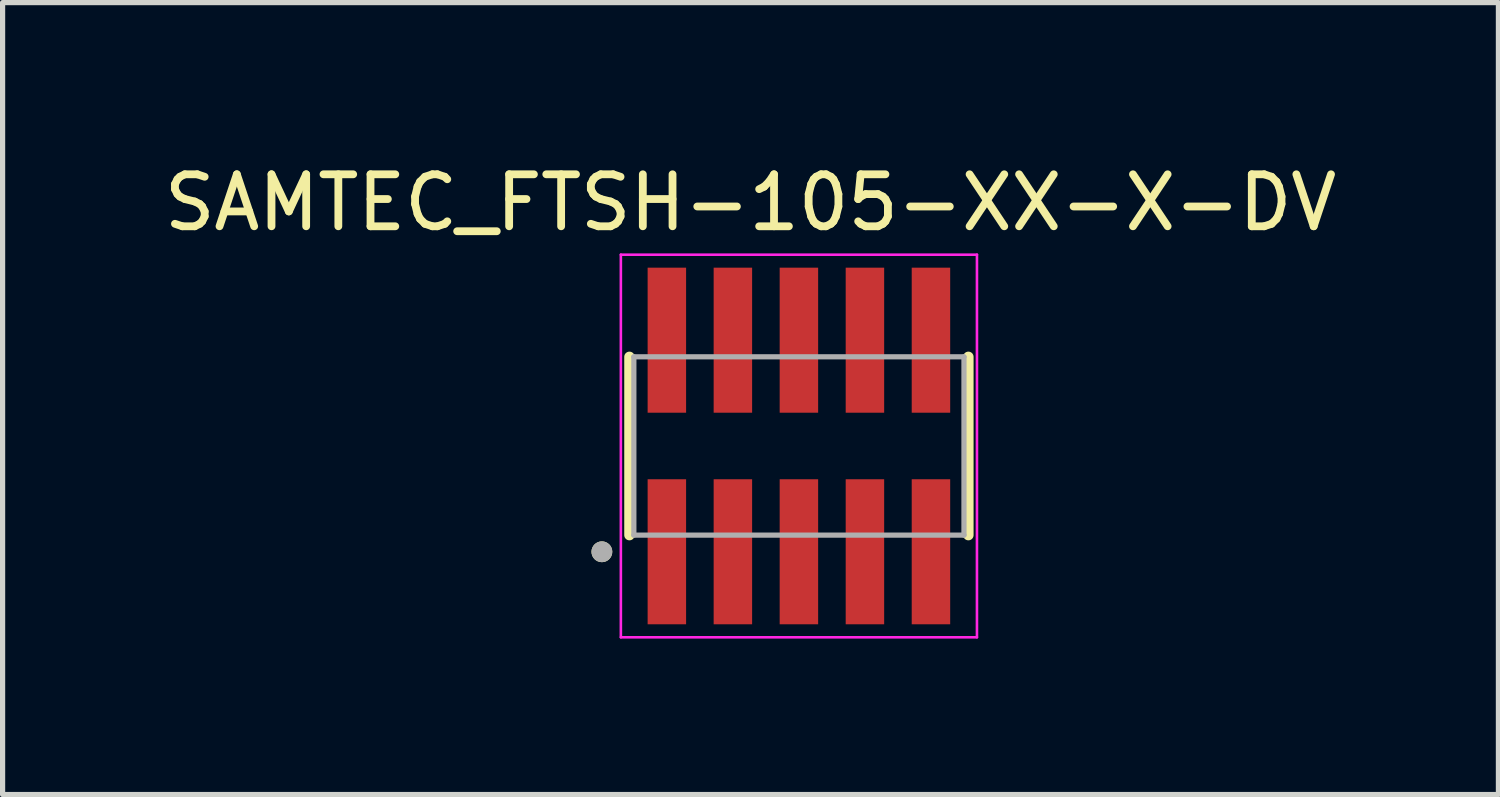
<source format=kicad_pcb>
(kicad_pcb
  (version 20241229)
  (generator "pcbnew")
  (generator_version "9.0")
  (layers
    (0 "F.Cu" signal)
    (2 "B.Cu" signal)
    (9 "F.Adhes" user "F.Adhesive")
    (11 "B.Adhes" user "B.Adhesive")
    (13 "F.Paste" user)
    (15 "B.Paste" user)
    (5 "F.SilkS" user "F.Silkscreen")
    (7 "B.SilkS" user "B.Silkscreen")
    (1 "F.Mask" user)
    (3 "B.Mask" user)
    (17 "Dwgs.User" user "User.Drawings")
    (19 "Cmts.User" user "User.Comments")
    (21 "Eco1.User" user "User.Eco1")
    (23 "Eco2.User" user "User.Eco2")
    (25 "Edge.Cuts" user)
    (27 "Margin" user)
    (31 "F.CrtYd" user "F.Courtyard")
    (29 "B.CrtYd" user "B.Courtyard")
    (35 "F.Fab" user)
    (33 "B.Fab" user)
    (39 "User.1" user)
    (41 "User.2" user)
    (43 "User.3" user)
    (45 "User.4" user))
  (footprint "SAMTEC_FTSH-105-XX-X-DV"
    (layer "F.Cu")
    (at 12.318 5.529)
    (property "Reference" "SAMTEC_FTSH-105-XX-X-DV" (at -0.931 -4.681 0) (layer "F.SilkS") (effects (font (size 1 1) (thickness 0.15))))
    (attr through_hole)
    (fp_line (start -3.26 -1.715) (end -3.26 1.715) (stroke (width 0.2) (type solid)) (layer "F.SilkS"))
    (fp_line (start 3.26 1.715) (end 3.26 -1.715) (stroke (width 0.2) (type solid)) (layer "F.SilkS"))
    (fp_circle (center -3.79 2.035) (end -3.69 2.035) (stroke (width 0.2) (type solid)) (fill no) (layer "F.SilkS"))
    (fp_line (start -3.425 -3.68) (end 3.425 -3.68) (stroke (width 0.05) (type solid)) (layer "F.CrtYd"))
    (fp_line (start -3.425 3.68) (end -3.425 -3.68) (stroke (width 0.05) (type solid)) (layer "F.CrtYd"))
    (fp_line (start 3.425 -3.68) (end 3.425 3.68) (stroke (width 0.05) (type solid)) (layer "F.CrtYd"))
    (fp_line (start 3.425 3.68) (end -3.425 3.68) (stroke (width 0.05) (type solid)) (layer "F.CrtYd"))
    (fp_line (start -3.175 1.715) (end -3.175 -1.715) (stroke (width 0.1) (type solid)) (layer "F.Fab"))
    (fp_line (start -3.175 1.715) (end 3.175 1.715) (stroke (width 0.1) (type solid)) (layer "F.Fab"))
    (fp_line (start 3.175 -1.715) (end -3.175 -1.715) (stroke (width 0.1) (type solid)) (layer "F.Fab"))
    (fp_line (start 3.175 1.715) (end 3.175 -1.715) (stroke (width 0.1) (type solid)) (layer "F.Fab"))
    (fp_circle (center -3.79 2.035) (end -3.69 2.035) (stroke (width 0.2) (type solid)) (fill no) (layer "F.Fab"))
    (pad "1" smd rect (at -2.54 2.035) (size 0.74 2.79) (layers "F.Cu" "F.Mask" "F.Paste"))
    (pad "2" smd rect (at -2.54 -2.035) (size 0.74 2.79) (layers "F.Cu" "F.Mask" "F.Paste"))
    (pad "3" smd rect (at -1.27 2.035) (size 0.74 2.79) (layers "F.Cu" "F.Mask" "F.Paste"))
    (pad "4" smd rect (at -1.27 -2.035) (size 0.74 2.79) (layers "F.Cu" "F.Mask" "F.Paste"))
    (pad "5" smd rect (at 0 2.035) (size 0.74 2.79) (layers "F.Cu" "F.Mask" "F.Paste"))
    (pad "6" smd rect (at 0 -2.035) (size 0.74 2.79) (layers "F.Cu" "F.Mask" "F.Paste"))
    (pad "7" smd rect (at 1.27 2.035) (size 0.74 2.79) (layers "F.Cu" "F.Mask" "F.Paste"))
    (pad "8" smd rect (at 1.27 -2.035) (size 0.74 2.79) (layers "F.Cu" "F.Mask" "F.Paste"))
    (pad "9" smd rect (at 2.54 2.035) (size 0.74 2.79) (layers "F.Cu" "F.Mask" "F.Paste"))
    (pad "10" smd rect (at 2.54 -2.035) (size 0.74 2.79) (layers "F.Cu" "F.Mask" "F.Paste")))
  (gr_rect
    (start -3 -3)
    (end 25.774 12.234)
    (stroke (width 0.1) (type default))
    (fill no)
    (layer "Edge.Cuts")))
</source>
